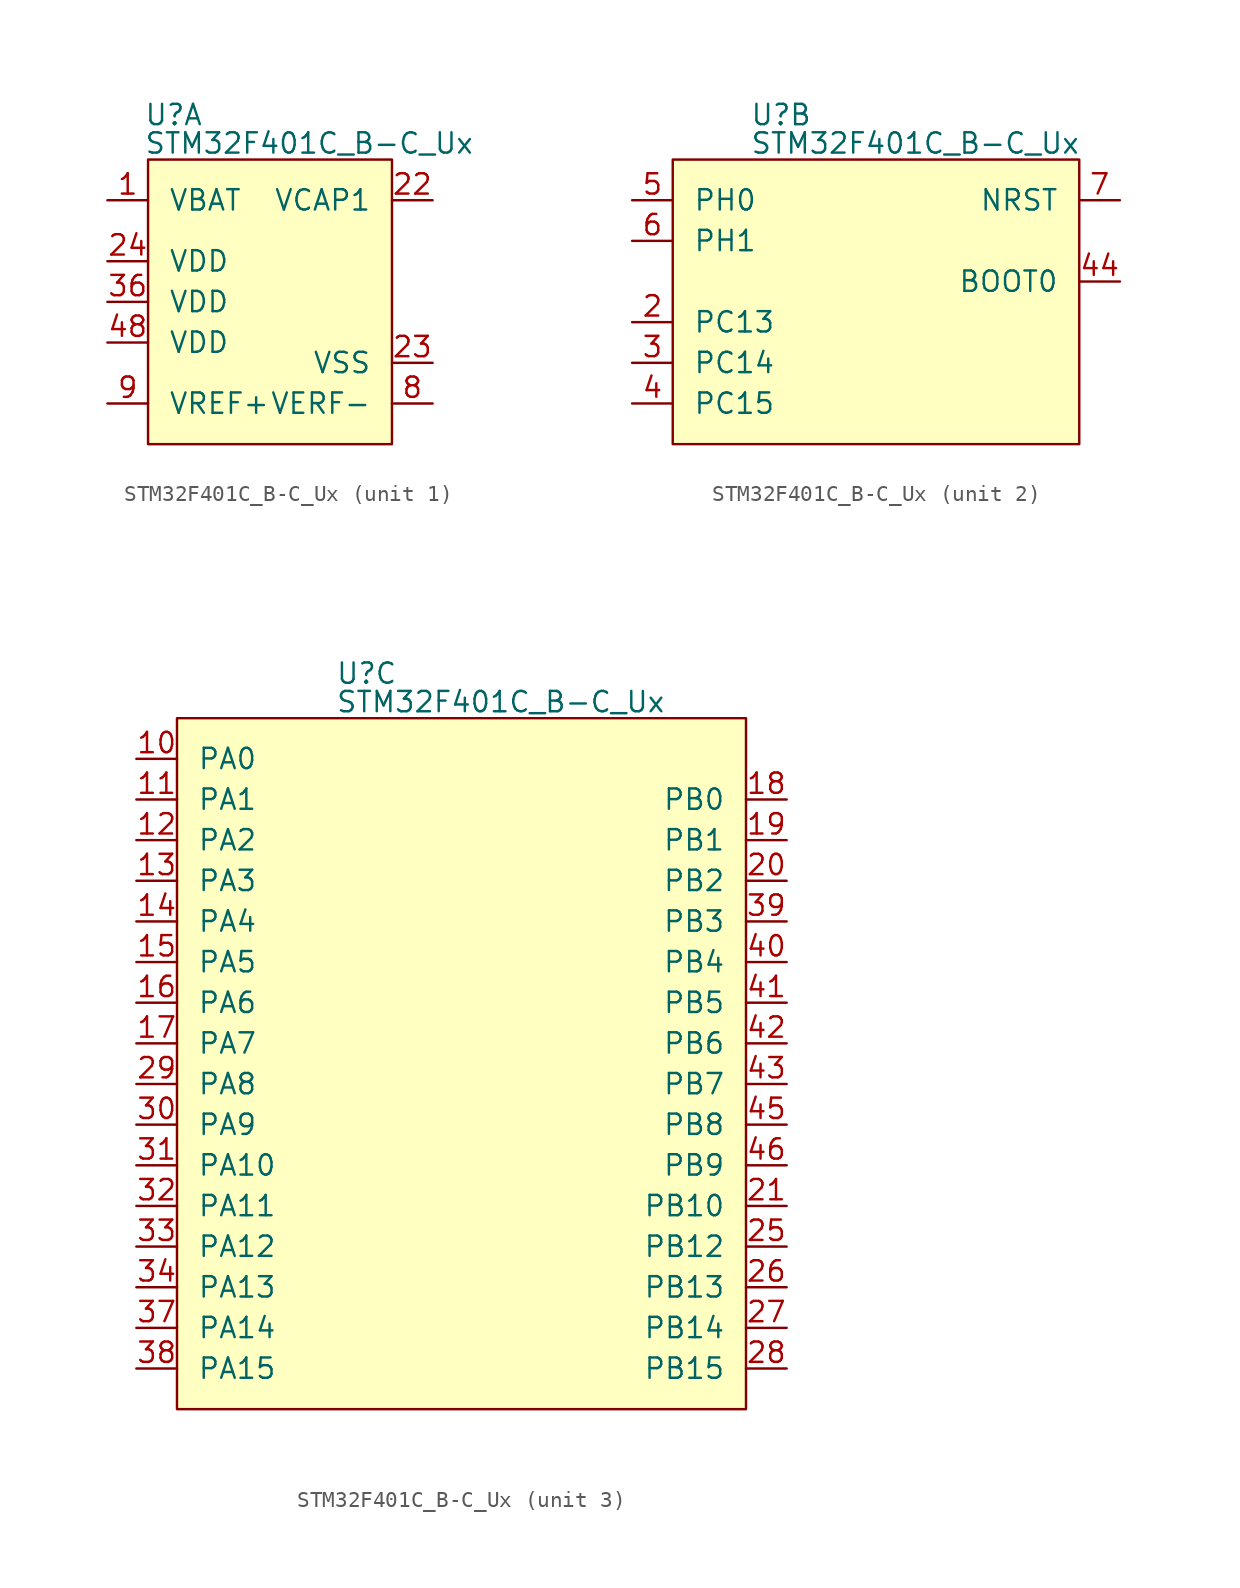
<source format=kicad_sym>
(kicad_symbol_lib
  (version 20231120)
  (generator "kicad_symbol_editor")
  (generator_version "8.0")
  (symbol "STM32F401C_B-C_Ux"
    (pin_names
      (offset 1.27))
    (property "Reference" "U"
      (at -7.874 2.794 0)
      (effects (font (size 1.27 1.27)) (justify left)))
    (property "Value" "STM32F401C_B-C_Ux"
      (at -7.874 1.016 0)
      (effects (font (size 1.27 1.27)) (justify left)))
    (property "ki_locked" ""
      (at 0 0 0)
      (effects (font (size 1.27 1.27))))
    (symbol "STM32F401C_B-C_Ux_1_1"
      (rectangle (start -7.62 0) (end 7.62 -17.78) (stroke (width 0) (type default)) (fill (type background)))
      (pin power_in line (at -10.16 -2.54 0) (length 2.54) (name "VBAT" (effects (font (size 1.27 1.27)))) (number "1" (effects (font (size 1.27 1.27)))))
      (pin power_out line (at 10.16 -2.54 180) (length 2.54) (name "VCAP1" (effects (font (size 1.27 1.27)))) (number "22" (effects (font (size 1.27 1.27)))))
      (pin power_in line (at 10.16 -12.7 180) (length 2.54) (name "VSS" (effects (font (size 1.27 1.27)))) (number "23" (effects (font (size 1.27 1.27)))))
      (pin power_in line (at -10.16 -6.35 0) (length 2.54) (name "VDD" (effects (font (size 1.27 1.27)))) (number "24" (effects (font (size 1.27 1.27)))))
      (pin passive line (at 10.16 -12.7 180) (length 2.54) hide (name "VSS" (effects (font (size 1.27 1.27)))) (number "35" (effects (font (size 1.27 1.27)))))
      (pin power_in line (at -10.16 -8.89 0) (length 2.54) (name "VDD" (effects (font (size 1.27 1.27)))) (number "36" (effects (font (size 1.27 1.27)))))
      (pin passive line (at 10.16 -12.7 180) (length 2.54) hide (name "VSS" (effects (font (size 1.27 1.27)))) (number "47" (effects (font (size 1.27 1.27)))))
      (pin power_in line (at -10.16 -11.43 0) (length 2.54) (name "VDD" (effects (font (size 1.27 1.27)))) (number "48" (effects (font (size 1.27 1.27)))))
      (pin passive line (at 10.16 -12.7 180) (length 2.54) hide (name "VSS" (effects (font (size 1.27 1.27)))) (number "49" (effects (font (size 1.27 1.27)))))
      (pin power_in line (at 10.16 -15.24 180) (length 2.54) (name "VERF-" (effects (font (size 1.27 1.27)))) (number "8" (effects (font (size 1.27 1.27)))) (alternate "VSSA" power_in line))
      (pin input line (at -10.16 -15.24 0) (length 2.54) (name "VREF+" (effects (font (size 1.27 1.27)))) (number "9" (effects (font (size 1.27 1.27)))) (alternate "VDDA" power_in line)))
    (symbol "STM32F401C_B-C_Ux_2_1"
      (rectangle (start -12.7 0) (end 12.7 -17.78) (stroke (width 0) (type default)) (fill (type background)))
      (pin bidirectional line (at -15.24 -10.16 0) (length 2.54) (name "PC13" (effects (font (size 1.27 1.27)))) (number "2" (effects (font (size 1.27 1.27)))) (alternate "RTC_AF1" bidirectional line))
      (pin bidirectional line (at -15.24 -12.7 0) (length 2.54) (name "PC14" (effects (font (size 1.27 1.27)))) (number "3" (effects (font (size 1.27 1.27)))) (alternate "RCC_OSC32_IN" bidirectional line))
      (pin bidirectional line (at -15.24 -15.24 0) (length 2.54) (name "PC15" (effects (font (size 1.27 1.27)))) (number "4" (effects (font (size 1.27 1.27)))) (alternate "ADC1_EXTI15" bidirectional line) (alternate "RCC_OSC32_OUT" bidirectional line))
      (pin input line (at 15.24 -7.62 180) (length 2.54) (name "BOOT0" (effects (font (size 1.27 1.27)))) (number "44" (effects (font (size 1.27 1.27)))))
      (pin bidirectional line (at -15.24 -2.54 0) (length 2.54) (name "PH0" (effects (font (size 1.27 1.27)))) (number "5" (effects (font (size 1.27 1.27)))) (alternate "RCC_OSC_IN" bidirectional line))
      (pin bidirectional line (at -15.24 -5.08 0) (length 2.54) (name "PH1" (effects (font (size 1.27 1.27)))) (number "6" (effects (font (size 1.27 1.27)))) (alternate "RCC_OSC_OUT" bidirectional line))
      (pin input line (at 15.24 -2.54 180) (length 2.54) (name "NRST" (effects (font (size 1.27 1.27)))) (number "7" (effects (font (size 1.27 1.27))))))
    (symbol "STM32F401C_B-C_Ux_3_1"
      (rectangle (start -17.78 0) (end 17.78 -43.18) (stroke (width 0) (type default)) (fill (type background)))
      (pin bidirectional line (at -20.32 -2.54 0) (length 2.54) (name "PA0" (effects (font (size 1.27 1.27)))) (number "10" (effects (font (size 1.27 1.27)))) (alternate "ADC1_IN0" bidirectional line) (alternate "SYS_WKUP" bidirectional line) (alternate "TIM2_CH1" bidirectional line) (alternate "TIM2_ETR" bidirectional line) (alternate "TIM5_CH1" bidirectional line) (alternate "USART2_CTS" bidirectional line))
      (pin bidirectional line (at -20.32 -5.08 0) (length 2.54) (name "PA1" (effects (font (size 1.27 1.27)))) (number "11" (effects (font (size 1.27 1.27)))) (alternate "ADC1_IN1" bidirectional line) (alternate "TIM2_CH2" bidirectional line) (alternate "TIM5_CH2" bidirectional line) (alternate "USART2_RTS" bidirectional line))
      (pin bidirectional line (at -20.32 -7.62 0) (length 2.54) (name "PA2" (effects (font (size 1.27 1.27)))) (number "12" (effects (font (size 1.27 1.27)))) (alternate "ADC1_IN2" bidirectional line) (alternate "TIM2_CH3" bidirectional line) (alternate "TIM5_CH3" bidirectional line) (alternate "TIM9_CH1" bidirectional line) (alternate "USART2_TX" bidirectional line))
      (pin bidirectional line (at -20.32 -10.16 0) (length 2.54) (name "PA3" (effects (font (size 1.27 1.27)))) (number "13" (effects (font (size 1.27 1.27)))) (alternate "ADC1_IN3" bidirectional line) (alternate "TIM2_CH4" bidirectional line) (alternate "TIM5_CH4" bidirectional line) (alternate "TIM9_CH2" bidirectional line) (alternate "USART2_RX" bidirectional line))
      (pin bidirectional line (at -20.32 -12.7 0) (length 2.54) (name "PA4" (effects (font (size 1.27 1.27)))) (number "14" (effects (font (size 1.27 1.27)))) (alternate "ADC1_IN4" bidirectional line) (alternate "I2S3_WS" bidirectional line) (alternate "SPI1_NSS" bidirectional line) (alternate "SPI3_NSS" bidirectional line) (alternate "USART2_CK" bidirectional line))
      (pin bidirectional line (at -20.32 -15.24 0) (length 2.54) (name "PA5" (effects (font (size 1.27 1.27)))) (number "15" (effects (font (size 1.27 1.27)))) (alternate "ADC1_IN5" bidirectional line) (alternate "SPI1_SCK" bidirectional line) (alternate "TIM2_CH1" bidirectional line) (alternate "TIM2_ETR" bidirectional line))
      (pin bidirectional line (at -20.32 -17.78 0) (length 2.54) (name "PA6" (effects (font (size 1.27 1.27)))) (number "16" (effects (font (size 1.27 1.27)))) (alternate "ADC1_IN6" bidirectional line) (alternate "SPI1_MISO" bidirectional line) (alternate "TIM1_BKIN" bidirectional line) (alternate "TIM3_CH1" bidirectional line))
      (pin bidirectional line (at -20.32 -20.32 0) (length 2.54) (name "PA7" (effects (font (size 1.27 1.27)))) (number "17" (effects (font (size 1.27 1.27)))) (alternate "ADC1_IN7" bidirectional line) (alternate "SPI1_MOSI" bidirectional line) (alternate "TIM1_CH1N" bidirectional line) (alternate "TIM3_CH2" bidirectional line))
      (pin bidirectional line (at 20.32 -5.08 180) (length 2.54) (name "PB0" (effects (font (size 1.27 1.27)))) (number "18" (effects (font (size 1.27 1.27)))) (alternate "ADC1_IN8" bidirectional line) (alternate "TIM1_CH2N" bidirectional line) (alternate "TIM3_CH3" bidirectional line))
      (pin bidirectional line (at 20.32 -7.62 180) (length 2.54) (name "PB1" (effects (font (size 1.27 1.27)))) (number "19" (effects (font (size 1.27 1.27)))) (alternate "ADC1_IN9" bidirectional line) (alternate "TIM1_CH3N" bidirectional line) (alternate "TIM3_CH4" bidirectional line))
      (pin bidirectional line (at 20.32 -10.16 180) (length 2.54) (name "PB2" (effects (font (size 1.27 1.27)))) (number "20" (effects (font (size 1.27 1.27)))))
      (pin bidirectional line (at 20.32 -30.48 180) (length 2.54) (name "PB10" (effects (font (size 1.27 1.27)))) (number "21" (effects (font (size 1.27 1.27)))) (alternate "I2C2_SCL" bidirectional line) (alternate "I2S2_CK" bidirectional line) (alternate "SPI2_SCK" bidirectional line) (alternate "TIM2_CH3" bidirectional line))
      (pin bidirectional line (at 20.32 -33.02 180) (length 2.54) (name "PB12" (effects (font (size 1.27 1.27)))) (number "25" (effects (font (size 1.27 1.27)))) (alternate "I2C2_SMBA" bidirectional line) (alternate "I2S2_WS" bidirectional line) (alternate "SPI2_NSS" bidirectional line) (alternate "TIM1_BKIN" bidirectional line))
      (pin bidirectional line (at 20.32 -35.56 180) (length 2.54) (name "PB13" (effects (font (size 1.27 1.27)))) (number "26" (effects (font (size 1.27 1.27)))) (alternate "I2S2_CK" bidirectional line) (alternate "SPI2_SCK" bidirectional line) (alternate "TIM1_CH1N" bidirectional line))
      (pin bidirectional line (at 20.32 -38.1 180) (length 2.54) (name "PB14" (effects (font (size 1.27 1.27)))) (number "27" (effects (font (size 1.27 1.27)))) (alternate "I2S2_ext_SD" bidirectional line) (alternate "SPI2_MISO" bidirectional line) (alternate "TIM1_CH2N" bidirectional line))
      (pin bidirectional line (at 20.32 -40.64 180) (length 2.54) (name "PB15" (effects (font (size 1.27 1.27)))) (number "28" (effects (font (size 1.27 1.27)))) (alternate "ADC1_EXTI15" bidirectional line) (alternate "I2S2_SD" bidirectional line) (alternate "RTC_REFIN" bidirectional line) (alternate "SPI2_MOSI" bidirectional line) (alternate "TIM1_CH3N" bidirectional line))
      (pin bidirectional line (at -20.32 -22.86 0) (length 2.54) (name "PA8" (effects (font (size 1.27 1.27)))) (number "29" (effects (font (size 1.27 1.27)))) (alternate "I2C3_SCL" bidirectional line) (alternate "RCC_MCO_1" bidirectional line) (alternate "TIM1_CH1" bidirectional line) (alternate "USART1_CK" bidirectional line) (alternate "USB_OTG_FS_SOF" bidirectional line))
      (pin bidirectional line (at -20.32 -25.4 0) (length 2.54) (name "PA9" (effects (font (size 1.27 1.27)))) (number "30" (effects (font (size 1.27 1.27)))) (alternate "I2C3_SMBA" bidirectional line) (alternate "TIM1_CH2" bidirectional line) (alternate "USART1_TX" bidirectional line) (alternate "USB_OTG_FS_VBUS" bidirectional line))
      (pin bidirectional line (at -20.32 -27.94 0) (length 2.54) (name "PA10" (effects (font (size 1.27 1.27)))) (number "31" (effects (font (size 1.27 1.27)))) (alternate "TIM1_CH3" bidirectional line) (alternate "USART1_RX" bidirectional line) (alternate "USB_OTG_FS_ID" bidirectional line))
      (pin bidirectional line (at -20.32 -30.48 0) (length 2.54) (name "PA11" (effects (font (size 1.27 1.27)))) (number "32" (effects (font (size 1.27 1.27)))) (alternate "ADC1_EXTI11" bidirectional line) (alternate "TIM1_CH4" bidirectional line) (alternate "USART1_CTS" bidirectional line) (alternate "USART6_TX" bidirectional line) (alternate "USB_OTG_FS_DM" bidirectional line))
      (pin bidirectional line (at -20.32 -33.02 0) (length 2.54) (name "PA12" (effects (font (size 1.27 1.27)))) (number "33" (effects (font (size 1.27 1.27)))) (alternate "TIM1_ETR" bidirectional line) (alternate "USART1_RTS" bidirectional line) (alternate "USART6_RX" bidirectional line) (alternate "USB_OTG_FS_DP" bidirectional line))
      (pin bidirectional line (at -20.32 -35.56 0) (length 2.54) (name "PA13" (effects (font (size 1.27 1.27)))) (number "34" (effects (font (size 1.27 1.27)))) (alternate "SYS_JTMS-SWDIO" bidirectional line))
      (pin bidirectional line (at -20.32 -38.1 0) (length 2.54) (name "PA14" (effects (font (size 1.27 1.27)))) (number "37" (effects (font (size 1.27 1.27)))) (alternate "SYS_JTCK-SWCLK" bidirectional line))
      (pin bidirectional line (at -20.32 -40.64 0) (length 2.54) (name "PA15" (effects (font (size 1.27 1.27)))) (number "38" (effects (font (size 1.27 1.27)))) (alternate "ADC1_EXTI15" bidirectional line) (alternate "I2S3_WS" bidirectional line) (alternate "SPI1_NSS" bidirectional line) (alternate "SPI3_NSS" bidirectional line) (alternate "SYS_JTDI" bidirectional line) (alternate "TIM2_CH1" bidirectional line) (alternate "TIM2_ETR" bidirectional line))
      (pin bidirectional line (at 20.32 -12.7 180) (length 2.54) (name "PB3" (effects (font (size 1.27 1.27)))) (number "39" (effects (font (size 1.27 1.27)))) (alternate "I2C2_SDA" bidirectional line) (alternate "I2S3_CK" bidirectional line) (alternate "SPI1_SCK" bidirectional line) (alternate "SPI3_SCK" bidirectional line) (alternate "SYS_JTDO-SWO" bidirectional line) (alternate "TIM2_CH2" bidirectional line))
      (pin bidirectional line (at 20.32 -15.24 180) (length 2.54) (name "PB4" (effects (font (size 1.27 1.27)))) (number "40" (effects (font (size 1.27 1.27)))) (alternate "I2C3_SDA" bidirectional line) (alternate "I2S3_ext_SD" bidirectional line) (alternate "SPI1_MISO" bidirectional line) (alternate "SPI3_MISO" bidirectional line) (alternate "SYS_JTRST" bidirectional line) (alternate "TIM3_CH1" bidirectional line))
      (pin bidirectional line (at 20.32 -17.78 180) (length 2.54) (name "PB5" (effects (font (size 1.27 1.27)))) (number "41" (effects (font (size 1.27 1.27)))) (alternate "I2C1_SMBA" bidirectional line) (alternate "I2S3_SD" bidirectional line) (alternate "SPI1_MOSI" bidirectional line) (alternate "SPI3_MOSI" bidirectional line) (alternate "TIM3_CH2" bidirectional line))
      (pin bidirectional line (at 20.32 -20.32 180) (length 2.54) (name "PB6" (effects (font (size 1.27 1.27)))) (number "42" (effects (font (size 1.27 1.27)))) (alternate "I2C1_SCL" bidirectional line) (alternate "TIM4_CH1" bidirectional line) (alternate "USART1_TX" bidirectional line))
      (pin bidirectional line (at 20.32 -22.86 180) (length 2.54) (name "PB7" (effects (font (size 1.27 1.27)))) (number "43" (effects (font (size 1.27 1.27)))) (alternate "I2C1_SDA" bidirectional line) (alternate "TIM4_CH2" bidirectional line) (alternate "USART1_RX" bidirectional line))
      (pin bidirectional line (at 20.32 -25.4 180) (length 2.54) (name "PB8" (effects (font (size 1.27 1.27)))) (number "45" (effects (font (size 1.27 1.27)))) (alternate "I2C1_SCL" bidirectional line) (alternate "TIM10_CH1" bidirectional line) (alternate "TIM4_CH3" bidirectional line))
      (pin bidirectional line (at 20.32 -27.94 180) (length 2.54) (name "PB9" (effects (font (size 1.27 1.27)))) (number "46" (effects (font (size 1.27 1.27)))) (alternate "I2C1_SDA" bidirectional line) (alternate "I2S2_WS" bidirectional line) (alternate "SPI2_NSS" bidirectional line) (alternate "TIM11_CH1" bidirectional line) (alternate "TIM4_CH4" bidirectional line)))))
</source>
